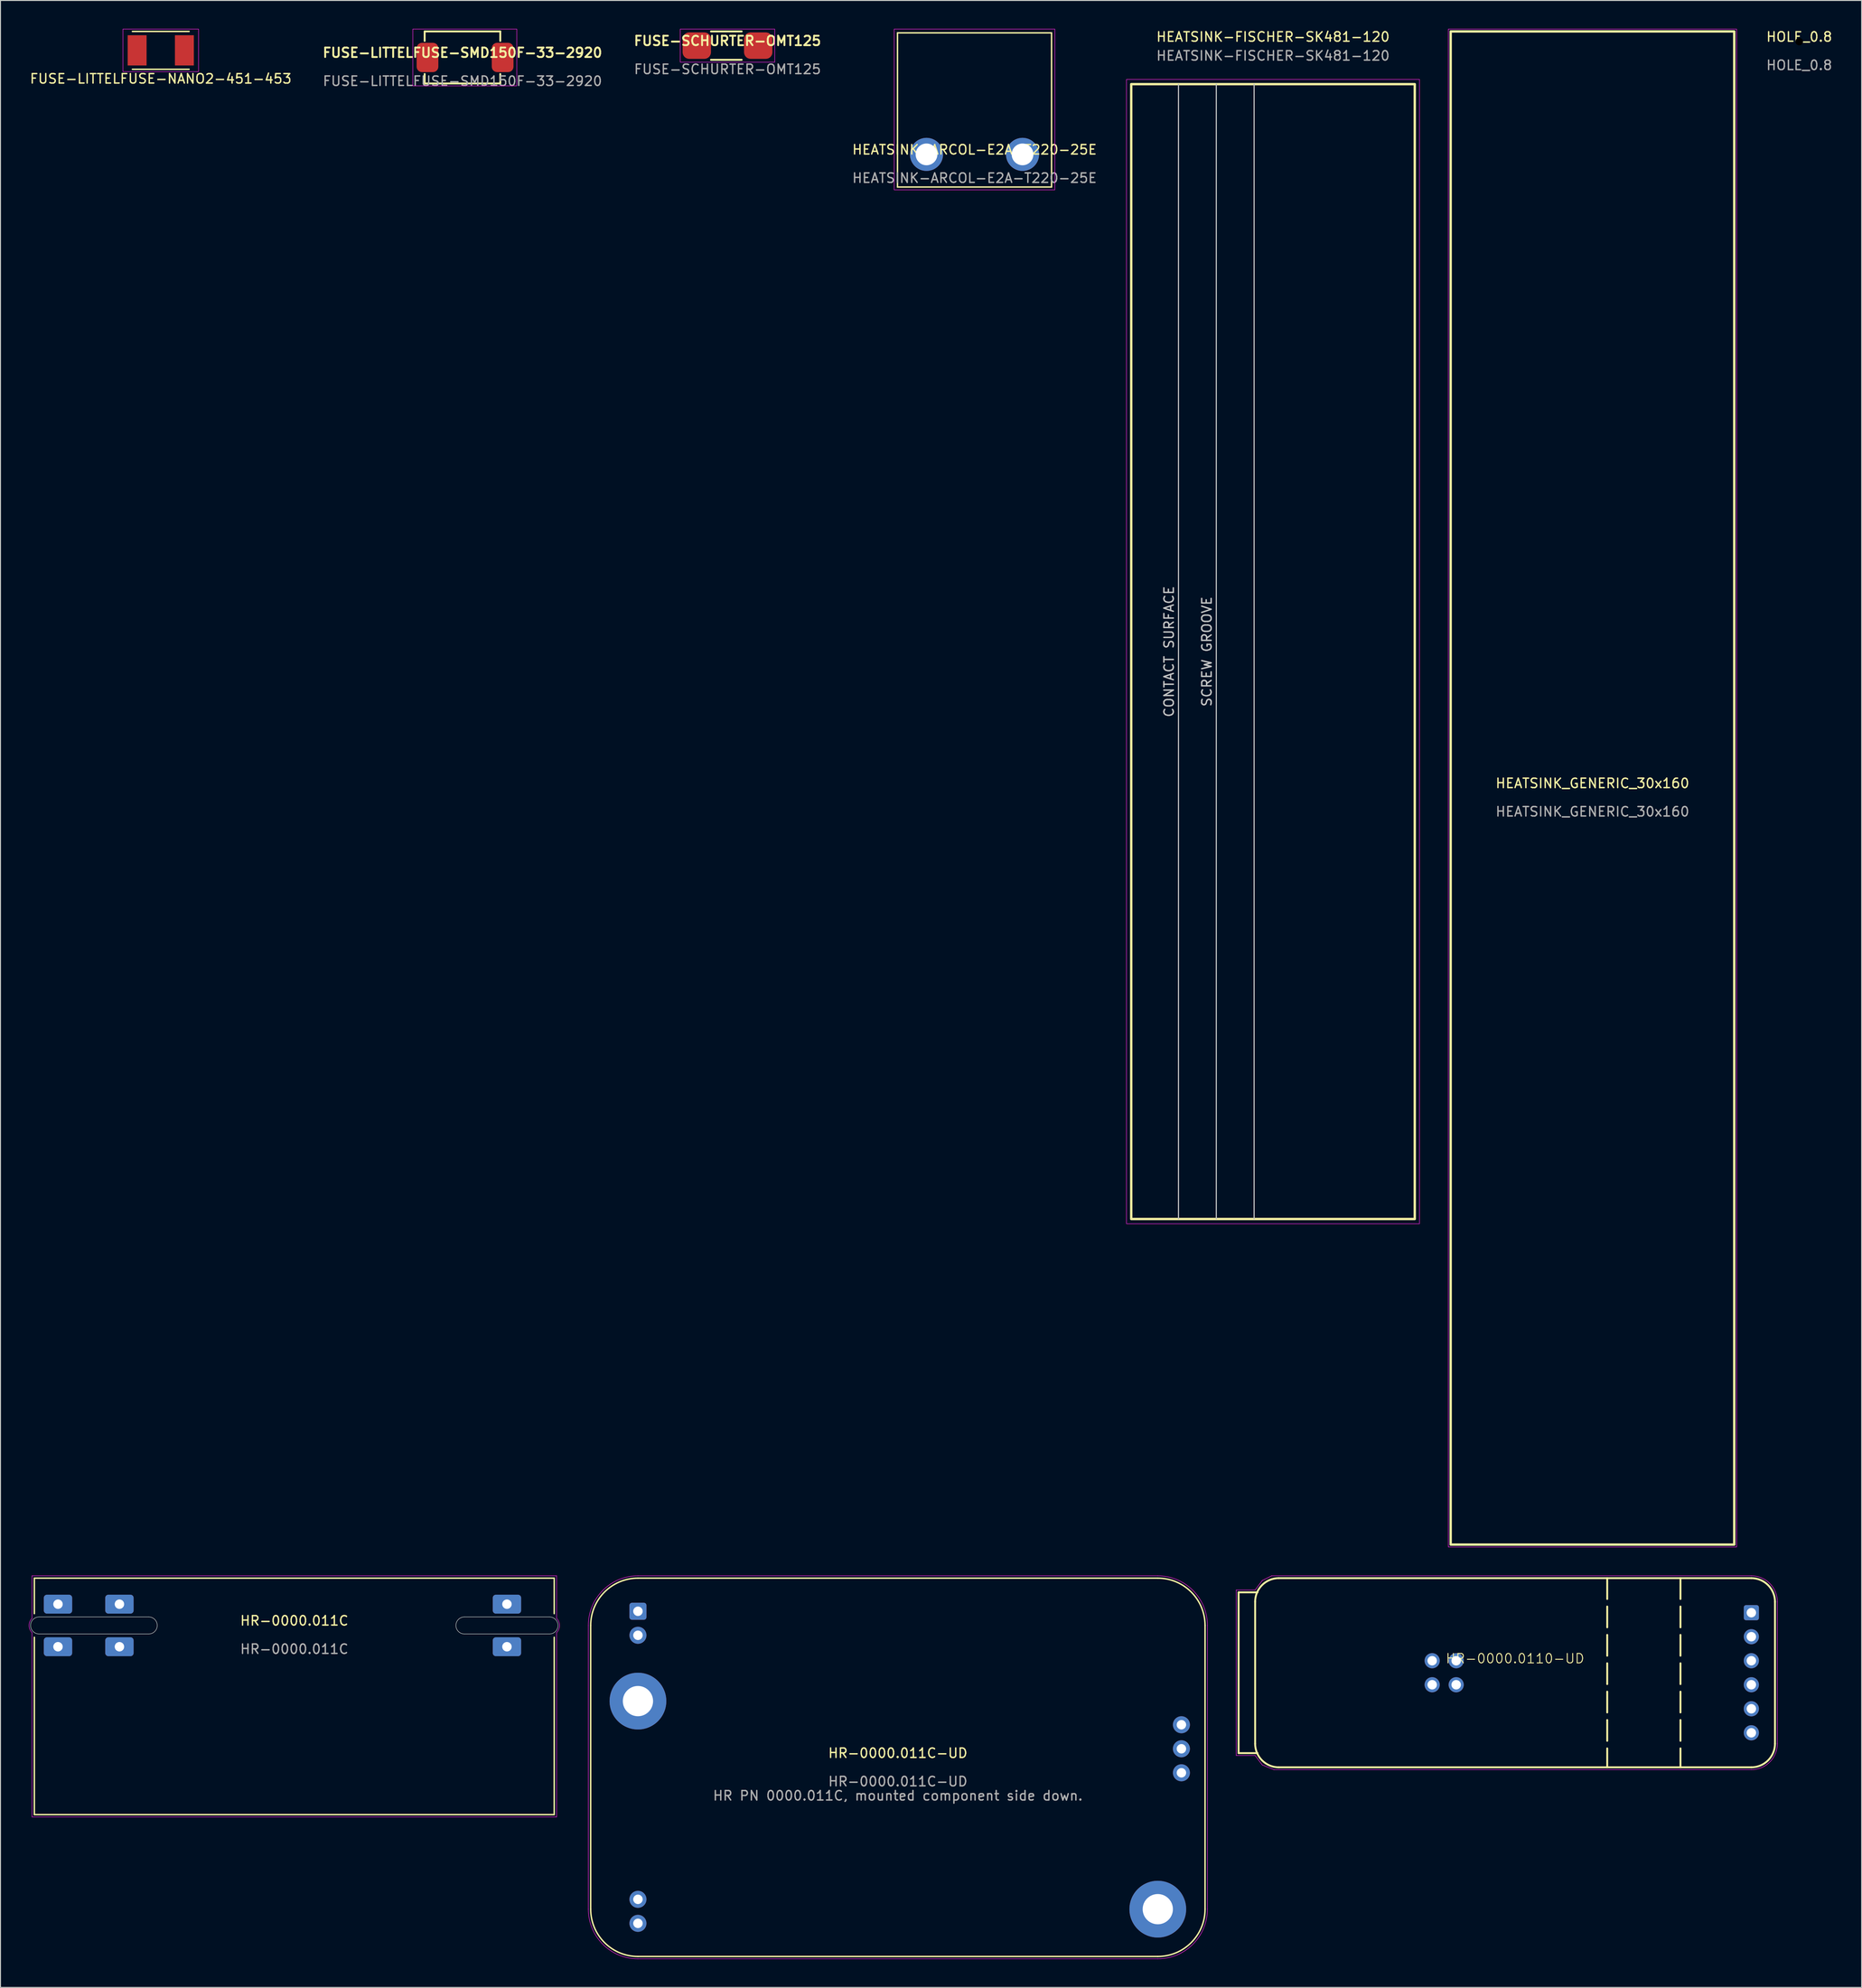
<source format=kicad_pcb>
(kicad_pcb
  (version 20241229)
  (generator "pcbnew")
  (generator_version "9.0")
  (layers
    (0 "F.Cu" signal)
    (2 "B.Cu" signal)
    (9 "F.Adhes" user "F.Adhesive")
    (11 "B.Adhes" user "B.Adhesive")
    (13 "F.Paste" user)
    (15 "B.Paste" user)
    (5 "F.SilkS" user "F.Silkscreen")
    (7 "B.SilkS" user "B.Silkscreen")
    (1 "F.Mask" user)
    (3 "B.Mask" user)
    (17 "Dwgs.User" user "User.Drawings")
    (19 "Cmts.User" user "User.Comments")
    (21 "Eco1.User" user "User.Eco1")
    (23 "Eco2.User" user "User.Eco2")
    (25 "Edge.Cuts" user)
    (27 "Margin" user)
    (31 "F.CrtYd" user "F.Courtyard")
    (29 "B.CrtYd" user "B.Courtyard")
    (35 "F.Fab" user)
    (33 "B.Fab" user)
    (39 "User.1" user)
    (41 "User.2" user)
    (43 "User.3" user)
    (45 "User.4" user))
  (footprint "HOLE_0.8"
    (layer "F.Cu")
    (at 187.311 1.348)
    (property "Reference" "HOLE_0.8" (at 0 -0.5 0) (unlocked yes) (layer "F.SilkS") (effects (font (size 1 1) (thickness 0.15))))
    (attr through_hole)
    (fp_text user "${REFERENCE}" (at 0 2.5 0) (unlocked yes) (layer "F.Fab") (effects (font (size 1 1) (thickness 0.15))))
    (pad "" np_thru_hole circle (at 0 0) (size 0.8 0.8) (drill 0.8) (layers "*.Mask")))
  (footprint "FUSE-SCHURTER-OMT125"
    (layer "F.Cu")
    (at 73.921 1.775)
    (property "Reference" "FUSE-SCHURTER-OMT125" (at 0 -0.5 0) (unlocked yes) (layer "F.SilkS") (effects (font (size 1 1) (thickness 0.2))))
    (attr smd)
    (fp_line (start -1.75 -1.5) (end 1.5 -1.5) (stroke (width 0.2) (type default)) (layer "F.SilkS"))
    (fp_line (start -1.75 1.5) (end 1.5 1.5) (stroke (width 0.2) (type default)) (layer "F.SilkS"))
    (fp_rect (start -5 -1.75) (end 5 1.75) (stroke (width 0.05) (type default)) (fill no) (layer "F.CrtYd"))
    (fp_text user "${REFERENCE}" (at 0 2.5 0) (unlocked yes) (layer "F.Fab") (effects (font (size 1 1) (thickness 0.15))))
    (pad "1" smd roundrect (at -3.25 0) (size 3 2.8) (layers "F.Cu" "F.Mask" "F.Paste") (roundrect_rratio 0.25))
    (pad "2" smd roundrect (at 3.25 0) (size 3 2.8) (layers "F.Cu" "F.Mask" "F.Paste") (roundrect_rratio 0.25)))
  (footprint "FUSE-LITTELFUSE-SMD150F-33-2920"
    (layer "F.Cu")
    (at 45.879 3.025)
    (property "Reference" "FUSE-LITTELFUSE-SMD150F-33-2920" (at 0 -0.5 0) (unlocked yes) (layer "F.SilkS") (effects (font (size 1 1) (thickness 0.2))))
    (attr smd)
    (fp_line (start -4 -2.75) (end -4 -1.75) (stroke (width 0.2) (type default)) (layer "F.SilkS"))
    (fp_line (start -4 -2.75) (end 4 -2.75) (stroke (width 0.2) (type default)) (layer "F.SilkS"))
    (fp_line (start -4 2.75) (end -4 1.75) (stroke (width 0.2) (type default)) (layer "F.SilkS"))
    (fp_line (start -4 2.75) (end 4 2.75) (stroke (width 0.2) (type default)) (layer "F.SilkS"))
    (fp_line (start 4 -2.75) (end 4 -1.75) (stroke (width 0.2) (type default)) (layer "F.SilkS"))
    (fp_line (start 4 2.75) (end 4 1.75) (stroke (width 0.2) (type default)) (layer "F.SilkS"))
    (fp_rect (start -5.25 -3) (end 5.75 3) (stroke (width 0.05) (type default)) (fill no) (layer "F.CrtYd"))
    (fp_text user "${REFERENCE}" (at 0 2.5 0) (unlocked yes) (layer "F.Fab") (effects (font (size 1 1) (thickness 0.15))))
    (pad "1" smd roundrect (at -3.7 0) (size 2.3 3.1) (layers "F.Cu" "F.Mask" "F.Paste") (roundrect_rratio 0.25))
    (pad "2" smd roundrect (at 4.25 0) (size 2.3 3.1) (layers "F.Cu" "F.Mask" "F.Paste") (roundrect_rratio 0.25)))
  (footprint "HR-0000.0110-UD"
    (layer "F.Cu")
    (at 157.246 173.825)
    (property "Reference" "HR-0000.0110-UD" (at 0 -1.5 0) (unlocked yes) (layer "F.SilkS") (effects (font (size 1 1) (thickness 0.1))))
    (attr through_hole)
    (fp_line (start -29.25 -8.5) (end -29.25 8.5) (stroke (width 0.2) (type default)) (layer "F.SilkS"))
    (fp_line (start -29.25 8.5) (end -27.25 8.5) (stroke (width 0.2) (type default)) (layer "F.SilkS"))
    (fp_line (start -27.5 7.5) (end -27.5 -7.5) (stroke (width 0.2) (type default)) (layer "F.SilkS"))
    (fp_line (start -27.25 -8.5) (end -29.25 -8.5) (stroke (width 0.2) (type default)) (layer "F.SilkS"))
    (fp_line (start -25 -10) (end 25 -10) (stroke (width 0.2) (type default)) (layer "F.SilkS"))
    (fp_line (start -25 10) (end 25 10) (stroke (width 0.2) (type default)) (layer "F.SilkS"))
    (fp_line (start 9.75 -10) (end 9.75 10) (stroke (width 0.2) (type dash)) (layer "F.SilkS"))
    (fp_line (start 17.5 -10) (end 17.5 10) (stroke (width 0.2) (type dash)) (layer "F.SilkS"))
    (fp_line (start 27.5 7.5) (end 27.5 -7.5) (stroke (width 0.2) (type default)) (layer "F.SilkS"))
    (fp_arc (start -27.5 -7.5) (mid -26.767767 -9.267767) (end -25 -10) (stroke (width 0.2) (type default)) (layer "F.SilkS"))
    (fp_arc (start -25 10) (mid -26.767767 9.267767) (end -27.5 7.5) (stroke (width 0.2) (type default)) (layer "F.SilkS"))
    (fp_arc (start 25 -10) (mid 26.767767 -9.267767) (end 27.5 -7.5) (stroke (width 0.2) (type default)) (layer "F.SilkS"))
    (fp_arc (start 27.5 7.5) (mid 26.767767 9.267767) (end 25 10) (stroke (width 0.2) (type default)) (layer "F.SilkS"))
    (fp_line (start -29.5 -8.75) (end -27.5 -8.75) (stroke (width 0.05) (type default)) (layer "F.CrtYd"))
    (fp_line (start -29.5 8.75) (end -29.5 -8.75) (stroke (width 0.05) (type default)) (layer "F.CrtYd"))
    (fp_line (start -29.5 8.75) (end -27.5 8.75) (stroke (width 0.05) (type default)) (layer "F.CrtYd"))
    (fp_line (start -26.75 -9.75) (end -27.5 -8.75) (stroke (width 0.05) (type default)) (layer "F.CrtYd"))
    (fp_line (start -26.75 9.75) (end -27.5 8.75) (stroke (width 0.05) (type default)) (layer "F.CrtYd"))
    (fp_line (start -25.75 -10.25) (end -26.75 -9.75) (stroke (width 0.05) (type default)) (layer "F.CrtYd"))
    (fp_line (start -25.75 -10.25) (end 25 -10.25) (stroke (width 0.05) (type default)) (layer "F.CrtYd"))
    (fp_line (start -25.5 10.25) (end -26.75 9.75) (stroke (width 0.05) (type default)) (layer "F.CrtYd"))
    (fp_line (start 25 10.25) (end -25.5 10.25) (stroke (width 0.05) (type default)) (layer "F.CrtYd"))
    (fp_line (start 27.75 -7.5) (end 27.75 7.5) (stroke (width 0.05) (type default)) (layer "F.CrtYd"))
    (fp_arc (start 25 -10.25) (mid 26.944544 -9.444544) (end 27.75 -7.5) (stroke (width 0.05) (type default)) (layer "F.CrtYd"))
    (fp_arc (start 27.75 7.5) (mid 26.944544 9.444544) (end 25 10.25) (stroke (width 0.05) (type default)) (layer "F.CrtYd"))
    (pad "1" thru_hole roundrect (at 25 -6.35 180) (size 1.6 1.6) (drill 1) (layers "*.Cu" "*.Mask") (roundrect_rratio 0.15))
    (pad "2" thru_hole circle (at 25 -3.81 180) (size 1.6 1.6) (drill 1) (layers "*.Cu" "*.Mask"))
    (pad "3" thru_hole circle (at 25 -1.27 180) (size 1.6 1.6) (drill 1) (layers "*.Cu" "*.Mask"))
    (pad "4" thru_hole circle (at 25 1.27 180) (size 1.6 1.6) (drill 1) (layers "*.Cu" "*.Mask"))
    (pad "5" thru_hole circle (at 25 3.81 180) (size 1.6 1.6) (drill 1) (layers "*.Cu" "*.Mask"))
    (pad "6" thru_hole circle (at 25 6.35 180) (size 1.6 1.6) (drill 1) (layers "*.Cu" "*.Mask"))
    (pad "7" thru_hole circle (at -6.23 -1.27) (size 1.6 1.6) (drill 1) (layers "*.Cu" "*.Mask"))
    (pad "8" thru_hole circle (at -8.77 -1.27) (size 1.6 1.6) (drill 1) (layers "*.Cu" "*.Mask"))
    (pad "9" thru_hole circle (at -8.77 1.27) (size 1.6 1.6) (drill 1) (layers "*.Cu" "*.Mask"))
    (pad "10" thru_hole circle (at -6.23 1.27) (size 1.6 1.6) (drill 1) (layers "*.Cu" "*.Mask")))
  (footprint "HEATSINK_GENERIC_30x160"
    (layer "F.Cu")
    (at 165.435 80.275)
    (property "Reference" "HEATSINK_GENERIC_30x160" (at 0 -0.5 0) (unlocked yes) (layer "F.SilkS") (effects (font (size 1 1) (thickness 0.15))))
    (attr smd)
    (fp_rect (start -15 -80) (end 15 80) (stroke (width 0.25) (type solid)) (fill no) (layer "F.SilkS"))
    (fp_rect (start -15.25 -80.25) (end 15.25 80.25) (stroke (width 0.05) (type solid)) (fill no) (layer "F.CrtYd"))
    (fp_text user "${REFERENCE}" (at 0 2.5 0) (unlocked yes) (layer "F.Fab") (effects (font (size 1 1) (thickness 0.15)))))
  (footprint "HR-0000.011C-UD"
    (layer "F.Cu")
    (at 91.946 183.825)
    (property "Reference" "HR-0000.011C-UD" (at 0 -1.5 0) (unlocked yes) (layer "F.SilkS") (effects (font (size 1 1) (thickness 0.15))))
    (property "Description" "HR PN 0000.011C, mounted component side down." (at 0 3 0) (unlocked yes) (layer "F.Fab") (effects (font (size 1 1) (thickness 0.15))))
    (attr through_hole)
    (fp_line (start -32.5 -15) (end -32.5 15) (stroke (width 0.15) (type default)) (layer "F.SilkS"))
    (fp_line (start -27.5 -20) (end 27.5 -20) (stroke (width 0.15) (type default)) (layer "F.SilkS"))
    (fp_line (start -27.5 20) (end 27.5 20) (stroke (width 0.15) (type default)) (layer "F.SilkS"))
    (fp_line (start 32.5 -15) (end 32.5 15) (stroke (width 0.15) (type default)) (layer "F.SilkS"))
    (fp_arc (start -32.5 -15) (mid -31.035534 -18.535534) (end -27.5 -20) (stroke (width 0.15) (type default)) (layer "F.SilkS"))
    (fp_arc (start -27.5 20) (mid -31.035534 18.535534) (end -32.5 15) (stroke (width 0.15) (type default)) (layer "F.SilkS"))
    (fp_arc (start 27.5 -20) (mid 31.035534 -18.535534) (end 32.5 -15) (stroke (width 0.15) (type default)) (layer "F.SilkS"))
    (fp_arc (start 32.5 15) (mid 31.035534 18.535534) (end 27.5 20) (stroke (width 0.15) (type default)) (layer "F.SilkS"))
    (fp_line (start -32.75 15) (end -32.75 -15) (stroke (width 0.05) (type default)) (layer "F.CrtYd"))
    (fp_line (start -27.5 -20.25) (end 27.5 -20.25) (stroke (width 0.05) (type default)) (layer "F.CrtYd"))
    (fp_line (start 27.5 20.25) (end -27.5 20.25) (stroke (width 0.05) (type default)) (layer "F.CrtYd"))
    (fp_line (start 32.75 -15) (end 32.75 15) (stroke (width 0.05) (type default)) (layer "F.CrtYd"))
    (fp_arc (start -32.75 -15) (mid -31.212311 -18.712311) (end -27.5 -20.25) (stroke (width 0.05) (type default)) (layer "F.CrtYd"))
    (fp_arc (start -27.5 20.25) (mid -31.212311 18.712311) (end -32.75 15) (stroke (width 0.05) (type default)) (layer "F.CrtYd"))
    (fp_arc (start 27.5 -20.25) (mid 31.212311 -18.712311) (end 32.75 -15) (stroke (width 0.05) (type default)) (layer "F.CrtYd"))
    (fp_arc (start 32.75 15) (mid 31.212311 18.712311) (end 27.5 20.25) (stroke (width 0.05) (type default)) (layer "F.CrtYd"))
    (fp_text user "${REFERENCE}" (at 0 1.5 0) (unlocked yes) (layer "F.Fab") (effects (font (size 1 1) (thickness 0.15))))
    (pad "1" thru_hole roundrect (at -27.5 -16.5 180) (size 1.8 1.8) (drill 1) (layers "*.Cu" "*.Mask") (roundrect_rratio 0.15))
    (pad "1" thru_hole circle (at -27.5 -13.96 180) (size 1.8 1.8) (drill 1) (layers "*.Cu" "*.Mask"))
    (pad "2" thru_hole circle (at -27.5 -7 180) (size 6 6) (drill 3.2) (layers "*.Cu" "*.Mask"))
    (pad "3" thru_hole circle (at -27.5 13.96 180) (size 1.8 1.8) (drill 1) (layers "*.Cu" "*.Mask"))
    (pad "3" thru_hole circle (at -27.5 16.5 180) (size 1.8 1.8) (drill 1) (layers "*.Cu" "*.Mask"))
    (pad "4" thru_hole circle (at 30 -4.5 180) (size 1.8 1.8) (drill 1) (layers "*.Cu" "*.Mask"))
    (pad "4" thru_hole circle (at 30 -1.96 180) (size 1.8 1.8) (drill 1) (layers "*.Cu" "*.Mask"))
    (pad "4" thru_hole circle (at 30 0.58 180) (size 1.8 1.8) (drill 1) (layers "*.Cu" "*.Mask"))
    (pad "5" thru_hole circle (at 27.5 15 180) (size 6 6) (drill 3.2) (layers "*.Cu" "*.Mask")))
  (footprint "FUSE-LITTELFUSE-NANO2-451-453"
    (layer "F.Cu")
    (at 13.958 2.275)
    (property "Reference" "FUSE-LITTELFUSE-NANO2-451-453" (at 0 3 0) (layer "F.SilkS") (effects (font (size 1 1) (thickness 0.15))))
    (attr through_hole)
    (fp_line (start -3 -2) (end 3 -2) (stroke (width 0.15) (type solid)) (layer "F.SilkS"))
    (fp_line (start -3 2) (end 3 2) (stroke (width 0.15) (type solid)) (layer "F.SilkS"))
    (fp_rect (start -4 -2.25) (end 4 2.25) (stroke (width 0.05) (type default)) (fill no) (layer "F.CrtYd"))
    (pad "1" smd rect (at -2.5 0) (size 2 3.2) (layers "F.Cu" "F.Mask" "F.Paste"))
    (pad "2" smd rect (at 2.5 0) (size 2 3.2) (layers "F.Cu" "F.Mask" "F.Paste")))
  (footprint "HEATSINK-FISCHER-SK481-120"
    (layer "F.Cu")
    (at 131.635 65.848)
    (property "Reference" "HEATSINK-FISCHER-SK481-120" (at 0 -65 0) (unlocked yes) (layer "F.SilkS") (effects (font (size 1 1) (thickness 0.15))))
    (attr smd)
    (fp_rect (start -15 -60) (end 15 60) (stroke (width 0.25) (type solid)) (fill no) (layer "F.SilkS"))
    (fp_line (start -10 60) (end -10 -60) (stroke (width 0.12) (type solid)) (layer "Dwgs.User"))
    (fp_line (start -6 -60) (end -6 60) (stroke (width 0.12) (type solid)) (layer "Dwgs.User"))
    (fp_line (start -2 -60) (end -2 60) (stroke (width 0.12) (type solid)) (layer "Dwgs.User"))
    (fp_rect (start -15.5 -60.5) (end 15.5 60.5) (stroke (width 0.05) (type solid)) (fill no) (layer "F.CrtYd"))
    (fp_text user "SCREW GROOVE" (at -7 0 90) (unlocked yes) (layer "Dwgs.User") (effects (font (size 1 1) (thickness 0.15))))
    (fp_text user "CONTACT SURFACE" (at -11 0 90) (unlocked yes) (layer "Dwgs.User") (effects (font (size 1 1) (thickness 0.15))))
    (fp_text user "${REFERENCE}" (at 0 -63 0) (unlocked yes) (layer "F.Fab") (effects (font (size 1 1) (thickness 0.15)))))
  (footprint "HEATSINK-ARCOL-E2A-T220-25E"
    (layer "F.Cu")
    (at 100.056 13.275)
    (property "Reference" "HEATSINK-ARCOL-E2A-T220-25E" (at 0 -0.5 0) (unlocked yes) (layer "F.SilkS") (effects (font (size 1 1) (thickness 0.15))))
    (attr through_hole)
    (fp_line (start -8.15 -12.85) (end 8.15 -12.85) (stroke (width 0.15) (type default)) (layer "F.SilkS"))
    (fp_line (start -8.15 0) (end -8.15 -12.85) (stroke (width 0.15) (type default)) (layer "F.SilkS"))
    (fp_line (start -8.15 0) (end -8.15 3.45) (stroke (width 0.15) (type default)) (layer "F.SilkS"))
    (fp_line (start -8.15 3.45) (end 8.15 3.45) (stroke (width 0.15) (type default)) (layer "F.SilkS"))
    (fp_line (start 8.15 -12.85) (end 8.15 0) (stroke (width 0.15) (type default)) (layer "F.SilkS"))
    (fp_line (start 8.15 3.45) (end 8.15 0) (stroke (width 0.15) (type default)) (layer "F.SilkS"))
    (fp_rect (start -8.5 -13.25) (end 8.5 3.75) (stroke (width 0.05) (type default)) (fill no) (layer "F.CrtYd"))
    (fp_text user "${REFERENCE}" (at 0 2.5 0) (unlocked yes) (layer "F.Fab") (effects (font (size 1 1) (thickness 0.15))))
    (pad "1" thru_hole circle (at -5.08 0) (size 3.5 3.5) (drill 2.3) (layers "*.Cu" "*.Mask"))
    (pad "2" thru_hole circle (at 5.08 0) (size 3.5 3.5) (drill 2.3) (layers "*.Cu" "*.Mask")))
  (footprint "HR-0000.011C"
    (layer "F.Cu")
    (at 28.086 168.825)
    (property "Reference" "HR-0000.011C" (at 0 -0.5 0) (unlocked yes) (layer "F.SilkS") (effects (font (size 1 1) (thickness 0.15))))
    (attr through_hole)
    (fp_line (start -27.5 -5) (end 27.5 -5) (stroke (width 0.15) (type default)) (layer "F.SilkS"))
    (fp_line (start -27.5 -1.25) (end -27.5 -5) (stroke (width 0.15) (type default)) (layer "F.SilkS"))
    (fp_line (start -27.5 20) (end -27.5 1.25) (stroke (width 0.15) (type default)) (layer "F.SilkS"))
    (fp_line (start 27.5 -5) (end 27.5 -1.25) (stroke (width 0.15) (type default)) (layer "F.SilkS"))
    (fp_line (start 27.5 1.25) (end 27.5 20) (stroke (width 0.15) (type default)) (layer "F.SilkS"))
    (fp_line (start 27.5 20) (end -27.5 20) (stroke (width 0.15) (type default)) (layer "F.SilkS"))
    (fp_line (start -27 -0.9) (end -15.4 -0.9) (stroke (width 0.05) (type default)) (layer "Edge.Cuts"))
    (fp_line (start -27 0.9) (end -15.4 0.9) (stroke (width 0.05) (type default)) (layer "Edge.Cuts"))
    (fp_line (start 18 -0.9) (end 27 -0.9) (stroke (width 0.05) (type default)) (layer "Edge.Cuts"))
    (fp_line (start 18 0.9) (end 27 0.9) (stroke (width 0.05) (type default)) (layer "Edge.Cuts"))
    (fp_arc (start -27 0.9) (mid -27.9 0) (end -27 -0.9) (stroke (width 0.05) (type default)) (layer "Edge.Cuts"))
    (fp_arc (start -15.4 -0.9) (mid -14.5 0) (end -15.4 0.9) (stroke (width 0.05) (type default)) (layer "Edge.Cuts"))
    (fp_arc (start 18 0.9) (mid 17.1 0) (end 18 -0.9) (stroke (width 0.05) (type default)) (layer "Edge.Cuts"))
    (fp_arc (start 27 -0.9) (mid 27.9 0) (end 27 0.9) (stroke (width 0.05) (type default)) (layer "Edge.Cuts"))
    (fp_line (start -27.75 -5.25) (end -27.75 -0.75) (stroke (width 0.05) (type default)) (layer "F.CrtYd"))
    (fp_line (start -27.75 0.75) (end -27.75 20.25) (stroke (width 0.05) (type default)) (layer "F.CrtYd"))
    (fp_line (start -27.75 20.25) (end 27.75 20.25) (stroke (width 0.05) (type default)) (layer "F.CrtYd"))
    (fp_line (start 27.75 -5.25) (end -27.75 -5.25) (stroke (width 0.05) (type default)) (layer "F.CrtYd"))
    (fp_line (start 27.75 -0.75) (end 27.75 -5.25) (stroke (width 0.05) (type default)) (layer "F.CrtYd"))
    (fp_line (start 27.75 20.25) (end 27.75 0.75) (stroke (width 0.05) (type default)) (layer "F.CrtYd"))
    (fp_arc (start -27.75 0.75) (mid -28.06066 0) (end -27.75 -0.75) (stroke (width 0.05) (type default)) (layer "F.CrtYd"))
    (fp_arc (start 27.75 -0.75) (mid 28.06066 0) (end 27.75 0.75) (stroke (width 0.05) (type default)) (layer "F.CrtYd"))
    (fp_text user "${REFERENCE}" (at 0 2.5 0) (unlocked yes) (layer "F.Fab") (effects (font (size 1 1) (thickness 0.15))))
    (pad "1" thru_hole roundrect (at -25 2.25) (size 3 2) (drill 1) (layers "*.Cu" "*.Mask") (roundrect_rratio 0.164))
    (pad "2" thru_hole roundrect (at -18.5 2.25) (size 3 2) (drill 1) (layers "*.Cu" "*.Mask") (roundrect_rratio 0.164))
    (pad "3" thru_hole roundrect (at 22.5 2.25) (size 3 2) (drill 1) (layers "*.Cu" "*.Mask") (roundrect_rratio 0.164))
    (pad "4" thru_hole roundrect (at 22.5 -2.25) (size 3 2) (drill 1) (layers "*.Cu" "*.Mask") (roundrect_rratio 0.164))
    (pad "5" thru_hole roundrect (at -18.5 -2.25) (size 3 2) (drill 1) (layers "*.Cu" "*.Mask") (roundrect_rratio 0.164))
    (pad "6" thru_hole roundrect (at -25 -2.25) (size 3 2) (drill 1) (layers "*.Cu" "*.Mask") (roundrect_rratio 0.164)))
  (gr_rect
    (start -3 -3)
    (end 193.912 207.1)
    (stroke (width 0.1) (type default))
    (fill no)
    (layer "Edge.Cuts")))
</source>
